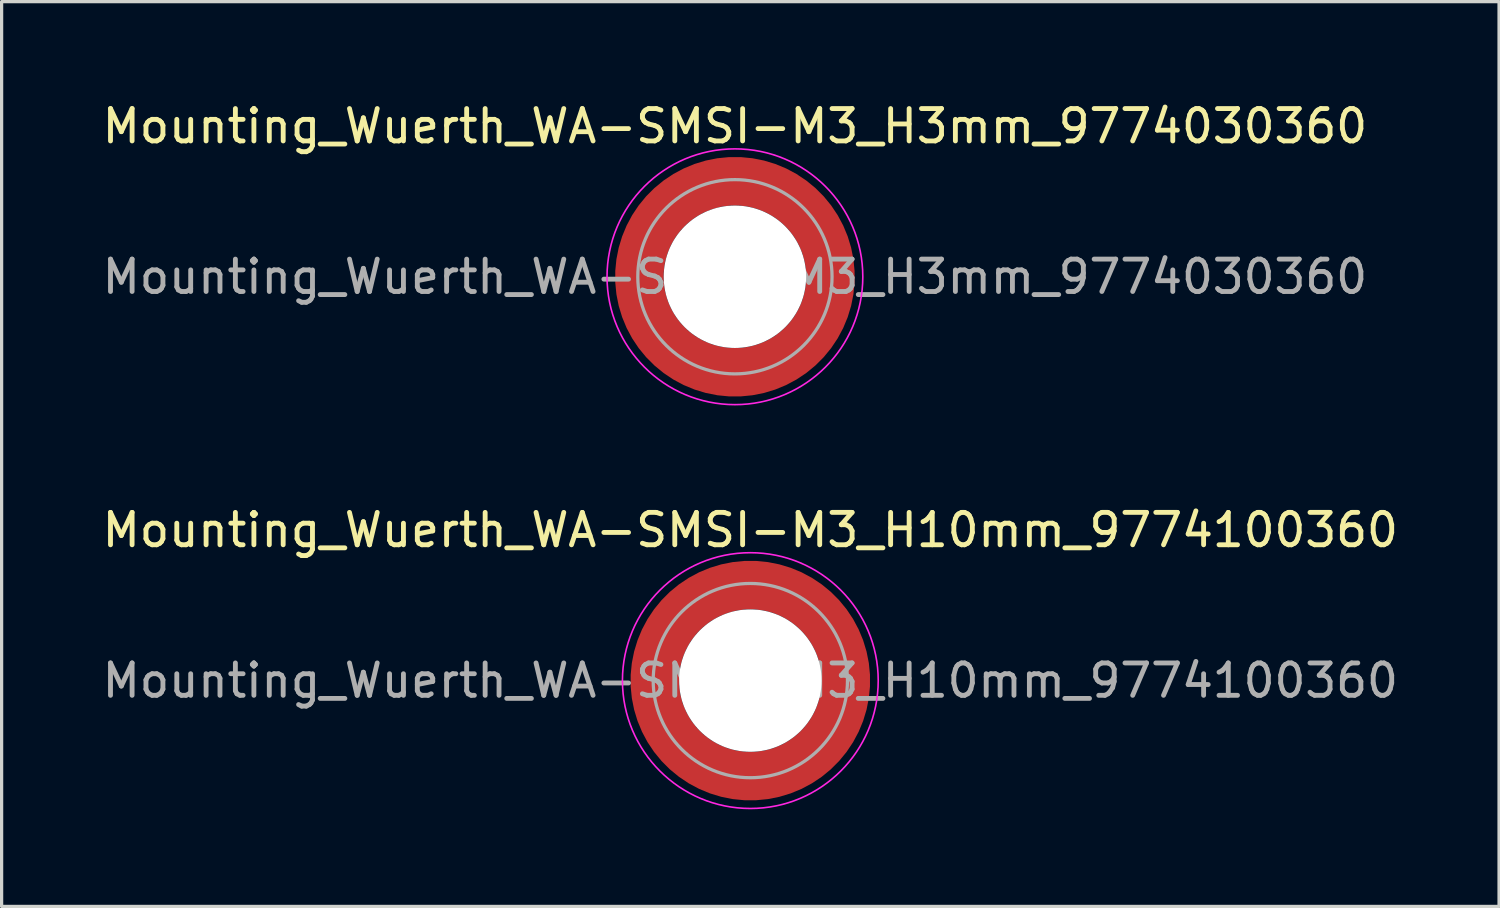
<source format=kicad_pcb>
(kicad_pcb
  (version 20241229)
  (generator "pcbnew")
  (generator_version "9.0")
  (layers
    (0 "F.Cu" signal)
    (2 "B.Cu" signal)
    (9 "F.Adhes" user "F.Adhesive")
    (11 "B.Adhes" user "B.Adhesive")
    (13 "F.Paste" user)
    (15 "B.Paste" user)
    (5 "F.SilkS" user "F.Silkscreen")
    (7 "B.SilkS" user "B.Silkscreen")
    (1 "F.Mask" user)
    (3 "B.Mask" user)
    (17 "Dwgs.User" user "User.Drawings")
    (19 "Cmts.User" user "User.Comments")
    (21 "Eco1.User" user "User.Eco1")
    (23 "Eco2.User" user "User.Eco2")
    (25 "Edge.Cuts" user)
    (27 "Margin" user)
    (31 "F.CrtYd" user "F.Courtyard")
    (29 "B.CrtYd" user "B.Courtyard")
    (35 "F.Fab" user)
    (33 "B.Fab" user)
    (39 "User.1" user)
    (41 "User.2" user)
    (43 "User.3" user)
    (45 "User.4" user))
  (footprint "Mounting_Wuerth_WA-SMSI-M3_H10mm_9774100360"
    (layer "F.Cu")
    (at 20.125 17.971)
    (property "Reference" "Mounting_Wuerth_WA-SMSI-M3_H10mm_9774100360" (at 0 -4.65 0) (layer "F.SilkS") (effects (font (size 1 1) (thickness 0.15))))
    (attr smd)
    (fp_circle (center 0 0) (end 3.95 0) (stroke (width 0.05) (type solid)) (fill no) (layer "F.CrtYd"))
    (fp_circle (center 0 0) (end 3 0) (stroke (width 0.1) (type solid)) (fill no) (layer "F.Fab"))
    (fp_text user "${REFERENCE}" (at 0 0 0) (layer "F.Fab") (effects (font (size 1 1) (thickness 0.15))))
    (pad "" smd custom (at -2.058 -2.058) (size 0.7 0.7) (layers "F.Paste") (options (anchor circle)) (primitives (gr_arc (start -0.377294 1.707681) (mid 0.317578 0.318817) (end 1.705947 -0.377044) (width 0.2)) (gr_arc (start -0.478281 1.707681) (mid 0.246161 0.248814) (end 1.703965 -0.477765) (width 0.2)) (gr_arc (start -0.579192 1.707681) (mid 0.175492 0.178063) (end 1.704077 -0.578711) (width 0.2)) (gr_arc (start -0.680037 1.707681) (mid 0.105568 0.106564) (end 1.706284 -0.679858) (width 0.2)) (gr_arc (start -0.780822 1.707681) (mid 0.034627 0.036085) (end 1.705634 -0.780569) (width 0.2)) (gr_arc (start -0.881554 1.707681) (mid -0.035694 -0.035016) (end 1.706729 -0.881441) (width 0.2)) (gr_arc (start -0.982237 1.707681) (mid -0.107281 -0.10485) (end 1.704266 -0.981843) (width 0.2)) (gr_arc (start -1.082877 1.707681) (mid -0.178372 -0.175181) (end 1.703197 -1.082374) (width 0.2)) (gr_arc (start -1.183476 1.707681) (mid -0.248964 -0.246008) (end 1.703525 -1.183025) (width 0.2)) (gr_arc (start -1.28404 1.707681) (mid -0.319062 -0.317334) (end 1.70525 -1.283784) (width 0.2)) (gr_line (start 1.708 -0.377) (end 1.708 -1.284) (width 0.2)) (gr_line (start -0.377 1.708) (end -1.284 1.708) (width 0.2))))
    (pad "" smd custom (at -2.058 2.058) (size 0.7 0.7) (layers "F.Paste") (options (anchor circle)) (primitives (gr_arc (start 1.707681 0.377294) (mid 0.318817 -0.317578) (end -0.377044 -1.705947) (width 0.2)) (gr_arc (start 1.707681 0.478281) (mid 0.248814 -0.246161) (end -0.477765 -1.703965) (width 0.2)) (gr_arc (start 1.707681 0.579192) (mid 0.178063 -0.175492) (end -0.578711 -1.704077) (width 0.2)) (gr_arc (start 1.707681 0.680037) (mid 0.106564 -0.105568) (end -0.679858 -1.706284) (width 0.2)) (gr_arc (start 1.707681 0.780822) (mid 0.036085 -0.034626) (end -0.780569 -1.705634) (width 0.2)) (gr_arc (start 1.707681 0.881554) (mid -0.035016 0.035694) (end -0.881441 -1.706729) (width 0.2)) (gr_arc (start 1.707681 0.982237) (mid -0.10485 0.107281) (end -0.981842 -1.704266) (width 0.2)) (gr_arc (start 1.707681 1.082877) (mid -0.175181 0.178372) (end -1.082374 -1.703197) (width 0.2)) (gr_arc (start 1.707681 1.183476) (mid -0.246008 0.248964) (end -1.183025 -1.703525) (width 0.2)) (gr_arc (start 1.707681 1.28404) (mid -0.317334 0.319062) (end -1.283784 -1.70525) (width 0.2)) (gr_line (start -0.377 -1.708) (end -1.284 -1.708) (width 0.2)) (gr_line (start 1.708 0.377) (end 1.708 1.284) (width 0.2))))
    (pad "" np_thru_hole circle (at 0 0) (size 4.4 4.4) (drill 4.4) (layers "*.Cu" "*.Mask"))
    (pad "" smd custom (at 2.058 -2.058) (size 0.7 0.7) (layers "F.Paste") (options (anchor circle)) (primitives (gr_arc (start -1.707681 -0.377294) (mid -0.318817 0.317579) (end 0.377044 1.705947) (width 0.2)) (gr_arc (start -1.707681 -0.478281) (mid -0.248814 0.246161) (end 0.477765 1.703965) (width 0.2)) (gr_arc (start -1.707681 -0.579192) (mid -0.178063 0.175492) (end 0.578711 1.704077) (width 0.2)) (gr_arc (start -1.707681 -0.680037) (mid -0.106564 0.105568) (end 0.679858 1.706284) (width 0.2)) (gr_arc (start -1.707681 -0.780822) (mid -0.036085 0.034627) (end 0.780569 1.705634) (width 0.2)) (gr_arc (start -1.707681 -0.881554) (mid 0.035016 -0.035694) (end 0.881441 1.706729) (width 0.2)) (gr_arc (start -1.707681 -0.982237) (mid 0.10485 -0.107281) (end 0.981843 1.704266) (width 0.2)) (gr_arc (start -1.707681 -1.082877) (mid 0.175181 -0.178372) (end 1.082374 1.703197) (width 0.2)) (gr_arc (start -1.707681 -1.183476) (mid 0.246008 -0.248964) (end 1.183025 1.703525) (width 0.2)) (gr_arc (start -1.707681 -1.28404) (mid 0.317333 -0.319062) (end 1.283784 1.70525) (width 0.2)) (gr_line (start 0.377 1.708) (end 1.284 1.708) (width 0.2)) (gr_line (start -1.708 -0.377) (end -1.708 -1.284) (width 0.2))))
    (pad "" smd custom (at 2.058 2.058) (size 0.7 0.7) (layers "F.Paste") (options (anchor circle)) (primitives (gr_arc (start 0.377294 -1.707681) (mid -0.317579 -0.318817) (end -1.705947 0.377044) (width 0.2)) (gr_arc (start 0.478281 -1.707681) (mid -0.246161 -0.248814) (end -1.703965 0.477765) (width 0.2)) (gr_arc (start 0.579192 -1.707681) (mid -0.175492 -0.178063) (end -1.704077 0.578711) (width 0.2)) (gr_arc (start 0.680037 -1.707681) (mid -0.105568 -0.106564) (end -1.706284 0.679858) (width 0.2)) (gr_arc (start 0.780822 -1.707681) (mid -0.034627 -0.036085) (end -1.705634 0.780569) (width 0.2)) (gr_arc (start 0.881554 -1.707681) (mid 0.035694 0.035016) (end -1.706729 0.881441) (width 0.2)) (gr_arc (start 0.982237 -1.707681) (mid 0.107281 0.10485) (end -1.704266 0.981843) (width 0.2)) (gr_arc (start 1.082877 -1.707681) (mid 0.178372 0.175181) (end -1.703197 1.082374) (width 0.2)) (gr_arc (start 1.183476 -1.707681) (mid 0.248964 0.246008) (end -1.703525 1.183025) (width 0.2)) (gr_arc (start 1.28404 -1.707681) (mid 0.319062 0.317333) (end -1.70525 1.283784) (width 0.2)) (gr_line (start -1.708 0.377) (end -1.708 1.284) (width 0.2)) (gr_line (start 0.377 -1.708) (end 1.284 -1.708) (width 0.2))))
    (pad "1" smd circle (at -2.95 0) (size 1.1 1.1) (layers "F.Cu"))
    (pad "1" smd circle (at 0 -2.95) (size 1.1 1.1) (layers "F.Cu"))
    (pad "1" smd circle (at 0 2.95) (size 1.1 1.1) (layers "F.Cu"))
    (pad "1" smd custom (at 2.95 0) (size 1.1 1.1) (layers "F.Cu" "F.Mask") (options (anchor circle)) (primitives (gr_circle (center -2.95 0) (end 0 0) (width 1.5) (fill no)))))
  (footprint "Mounting_Wuerth_WA-SMSI-M3_H3mm_9774030360"
    (layer "F.Cu")
    (at 19.649 5.498)
    (property "Reference" "Mounting_Wuerth_WA-SMSI-M3_H3mm_9774030360" (at 0 -4.65 0) (layer "F.SilkS") (effects (font (size 1 1) (thickness 0.15))))
    (attr smd)
    (fp_circle (center 0 0) (end 3.95 0) (stroke (width 0.05) (type solid)) (fill no) (layer "F.CrtYd"))
    (fp_circle (center 0 0) (end 3 0) (stroke (width 0.1) (type solid)) (fill no) (layer "F.Fab"))
    (fp_text user "${REFERENCE}" (at 0 0 0) (layer "F.Fab") (effects (font (size 1 1) (thickness 0.15))))
    (pad "" smd custom (at -2.058 -2.058) (size 0.7 0.7) (layers "F.Paste") (options (anchor circle)) (primitives (gr_arc (start -0.377294 1.707681) (mid 0.317578 0.318817) (end 1.705947 -0.377044) (width 0.2)) (gr_arc (start -0.478281 1.707681) (mid 0.246161 0.248814) (end 1.703965 -0.477765) (width 0.2)) (gr_arc (start -0.579192 1.707681) (mid 0.175492 0.178063) (end 1.704077 -0.578711) (width 0.2)) (gr_arc (start -0.680037 1.707681) (mid 0.105568 0.106564) (end 1.706284 -0.679858) (width 0.2)) (gr_arc (start -0.780822 1.707681) (mid 0.034627 0.036085) (end 1.705634 -0.780569) (width 0.2)) (gr_arc (start -0.881554 1.707681) (mid -0.035694 -0.035016) (end 1.706729 -0.881441) (width 0.2)) (gr_arc (start -0.982237 1.707681) (mid -0.107281 -0.10485) (end 1.704266 -0.981843) (width 0.2)) (gr_arc (start -1.082877 1.707681) (mid -0.178372 -0.175181) (end 1.703197 -1.082374) (width 0.2)) (gr_arc (start -1.183476 1.707681) (mid -0.248964 -0.246008) (end 1.703525 -1.183025) (width 0.2)) (gr_arc (start -1.28404 1.707681) (mid -0.319062 -0.317334) (end 1.70525 -1.283784) (width 0.2)) (gr_line (start 1.708 -0.377) (end 1.708 -1.284) (width 0.2)) (gr_line (start -0.377 1.708) (end -1.284 1.708) (width 0.2))))
    (pad "" smd custom (at -2.058 2.058) (size 0.7 0.7) (layers "F.Paste") (options (anchor circle)) (primitives (gr_arc (start 1.707681 0.377294) (mid 0.318817 -0.317578) (end -0.377044 -1.705947) (width 0.2)) (gr_arc (start 1.707681 0.478281) (mid 0.248814 -0.246161) (end -0.477765 -1.703965) (width 0.2)) (gr_arc (start 1.707681 0.579192) (mid 0.178063 -0.175492) (end -0.578711 -1.704077) (width 0.2)) (gr_arc (start 1.707681 0.680037) (mid 0.106564 -0.105568) (end -0.679858 -1.706284) (width 0.2)) (gr_arc (start 1.707681 0.780822) (mid 0.036085 -0.034626) (end -0.780569 -1.705634) (width 0.2)) (gr_arc (start 1.707681 0.881554) (mid -0.035016 0.035694) (end -0.881441 -1.706729) (width 0.2)) (gr_arc (start 1.707681 0.982237) (mid -0.10485 0.107281) (end -0.981842 -1.704266) (width 0.2)) (gr_arc (start 1.707681 1.082877) (mid -0.175181 0.178372) (end -1.082374 -1.703197) (width 0.2)) (gr_arc (start 1.707681 1.183476) (mid -0.246008 0.248964) (end -1.183025 -1.703525) (width 0.2)) (gr_arc (start 1.707681 1.28404) (mid -0.317334 0.319062) (end -1.283784 -1.70525) (width 0.2)) (gr_line (start -0.377 -1.708) (end -1.284 -1.708) (width 0.2)) (gr_line (start 1.708 0.377) (end 1.708 1.284) (width 0.2))))
    (pad "" np_thru_hole circle (at 0 0) (size 4.4 4.4) (drill 4.4) (layers "*.Cu" "*.Mask"))
    (pad "" smd custom (at 2.058 -2.058) (size 0.7 0.7) (layers "F.Paste") (options (anchor circle)) (primitives (gr_arc (start -1.707681 -0.377294) (mid -0.318817 0.317579) (end 0.377044 1.705947) (width 0.2)) (gr_arc (start -1.707681 -0.478281) (mid -0.248814 0.246161) (end 0.477765 1.703965) (width 0.2)) (gr_arc (start -1.707681 -0.579192) (mid -0.178063 0.175492) (end 0.578711 1.704077) (width 0.2)) (gr_arc (start -1.707681 -0.680037) (mid -0.106564 0.105568) (end 0.679858 1.706284) (width 0.2)) (gr_arc (start -1.707681 -0.780822) (mid -0.036085 0.034627) (end 0.780569 1.705634) (width 0.2)) (gr_arc (start -1.707681 -0.881554) (mid 0.035016 -0.035694) (end 0.881441 1.706729) (width 0.2)) (gr_arc (start -1.707681 -0.982237) (mid 0.10485 -0.107281) (end 0.981843 1.704266) (width 0.2)) (gr_arc (start -1.707681 -1.082877) (mid 0.175181 -0.178372) (end 1.082374 1.703197) (width 0.2)) (gr_arc (start -1.707681 -1.183476) (mid 0.246008 -0.248964) (end 1.183025 1.703525) (width 0.2)) (gr_arc (start -1.707681 -1.28404) (mid 0.317333 -0.319062) (end 1.283784 1.70525) (width 0.2)) (gr_line (start 0.377 1.708) (end 1.284 1.708) (width 0.2)) (gr_line (start -1.708 -0.377) (end -1.708 -1.284) (width 0.2))))
    (pad "" smd custom (at 2.058 2.058) (size 0.7 0.7) (layers "F.Paste") (options (anchor circle)) (primitives (gr_arc (start 0.377294 -1.707681) (mid -0.317579 -0.318817) (end -1.705947 0.377044) (width 0.2)) (gr_arc (start 0.478281 -1.707681) (mid -0.246161 -0.248814) (end -1.703965 0.477765) (width 0.2)) (gr_arc (start 0.579192 -1.707681) (mid -0.175492 -0.178063) (end -1.704077 0.578711) (width 0.2)) (gr_arc (start 0.680037 -1.707681) (mid -0.105568 -0.106564) (end -1.706284 0.679858) (width 0.2)) (gr_arc (start 0.780822 -1.707681) (mid -0.034627 -0.036085) (end -1.705634 0.780569) (width 0.2)) (gr_arc (start 0.881554 -1.707681) (mid 0.035694 0.035016) (end -1.706729 0.881441) (width 0.2)) (gr_arc (start 0.982237 -1.707681) (mid 0.107281 0.10485) (end -1.704266 0.981843) (width 0.2)) (gr_arc (start 1.082877 -1.707681) (mid 0.178372 0.175181) (end -1.703197 1.082374) (width 0.2)) (gr_arc (start 1.183476 -1.707681) (mid 0.248964 0.246008) (end -1.703525 1.183025) (width 0.2)) (gr_arc (start 1.28404 -1.707681) (mid 0.319062 0.317333) (end -1.70525 1.283784) (width 0.2)) (gr_line (start -1.708 0.377) (end -1.708 1.284) (width 0.2)) (gr_line (start 0.377 -1.708) (end 1.284 -1.708) (width 0.2))))
    (pad "1" smd circle (at -2.95 0) (size 1.1 1.1) (layers "F.Cu"))
    (pad "1" smd circle (at 0 -2.95) (size 1.1 1.1) (layers "F.Cu"))
    (pad "1" smd circle (at 0 2.95) (size 1.1 1.1) (layers "F.Cu"))
    (pad "1" smd custom (at 2.95 0) (size 1.1 1.1) (layers "F.Cu" "F.Mask") (options (anchor circle)) (primitives (gr_circle (center -2.95 0) (end 0 0) (width 1.5) (fill no)))))
  (gr_rect
    (start -3 -3)
    (end 43.25 24.947)
    (stroke (width 0.1) (type default))
    (fill no)
    (layer "Edge.Cuts")))
</source>
